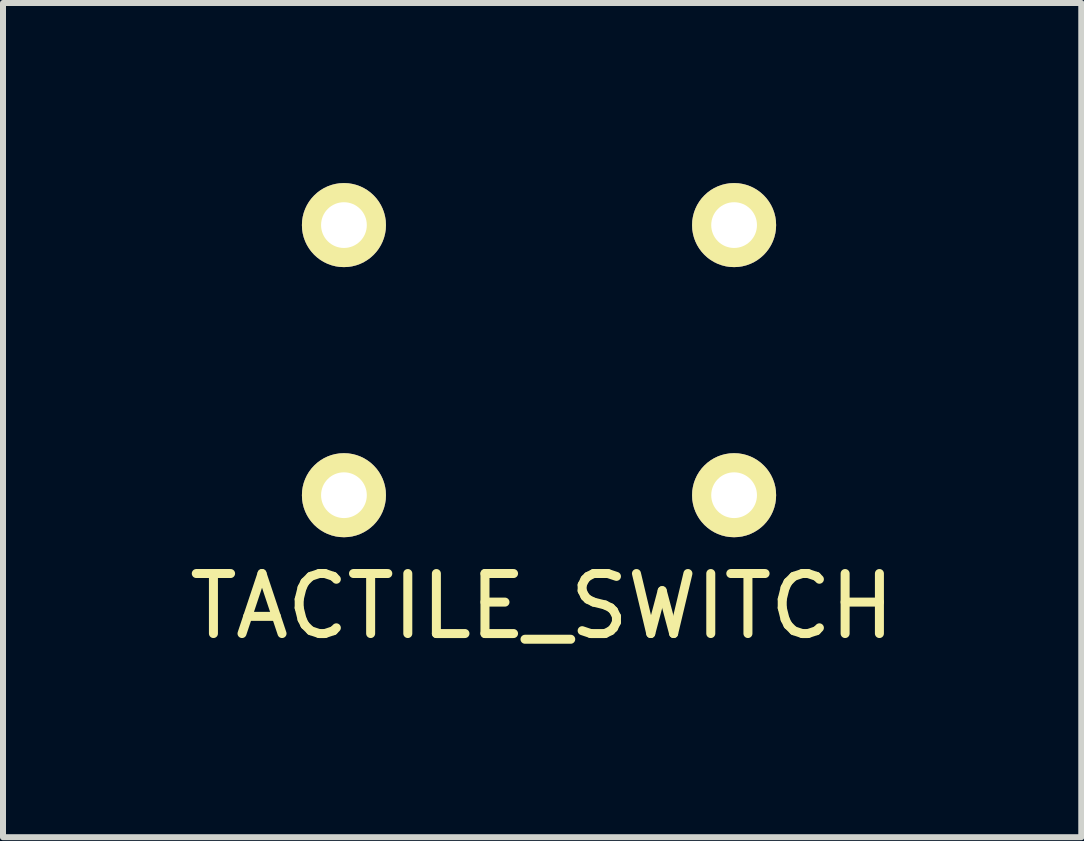
<source format=kicad_pcb>
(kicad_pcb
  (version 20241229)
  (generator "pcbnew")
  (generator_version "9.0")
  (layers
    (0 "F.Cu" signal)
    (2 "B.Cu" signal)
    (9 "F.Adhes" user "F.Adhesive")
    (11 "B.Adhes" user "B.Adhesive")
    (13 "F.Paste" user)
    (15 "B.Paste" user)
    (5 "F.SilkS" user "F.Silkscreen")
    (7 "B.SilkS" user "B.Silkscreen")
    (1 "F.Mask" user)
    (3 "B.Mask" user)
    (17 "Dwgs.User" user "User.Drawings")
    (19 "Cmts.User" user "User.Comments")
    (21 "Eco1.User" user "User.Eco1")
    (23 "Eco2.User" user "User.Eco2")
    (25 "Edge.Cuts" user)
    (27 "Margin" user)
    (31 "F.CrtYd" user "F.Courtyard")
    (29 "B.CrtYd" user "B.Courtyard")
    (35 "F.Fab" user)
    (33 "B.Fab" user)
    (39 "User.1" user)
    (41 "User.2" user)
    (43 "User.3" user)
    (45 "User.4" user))
  (footprint "TACTILE_SWITCH"
    (layer "F.Cu")
    (at 2.68 0.7)
    (property "Reference" "TACTILE_SWITCH" (at 3.302 6.35 0) (layer "F.SilkS") (effects (font (size 1 1) (thickness 0.15))))
    (attr through_hole)
    (pad "1" thru_hole circle (at 0 0) (size 1.4 1.4) (drill 0.762) (layers "*.Cu" "*.Mask" "F.SilkS"))
    (pad "2" thru_hole circle (at 6.5 0) (size 1.4 1.4) (drill 0.762) (layers "*.Cu" "*.Mask" "F.SilkS"))
    (pad "3" thru_hole circle (at 0 4.5) (size 1.4 1.4) (drill 0.762) (layers "*.Cu" "*.Mask" "F.SilkS"))
    (pad "4" thru_hole circle (at 6.5 4.5) (size 1.4 1.4) (drill 0.762) (layers "*.Cu" "*.Mask" "F.SilkS")))
  (gr_rect
    (start -3 -3)
    (end 14.964 10.898)
    (stroke (width 0.1) (type default))
    (fill no)
    (layer "Edge.Cuts")))
</source>
